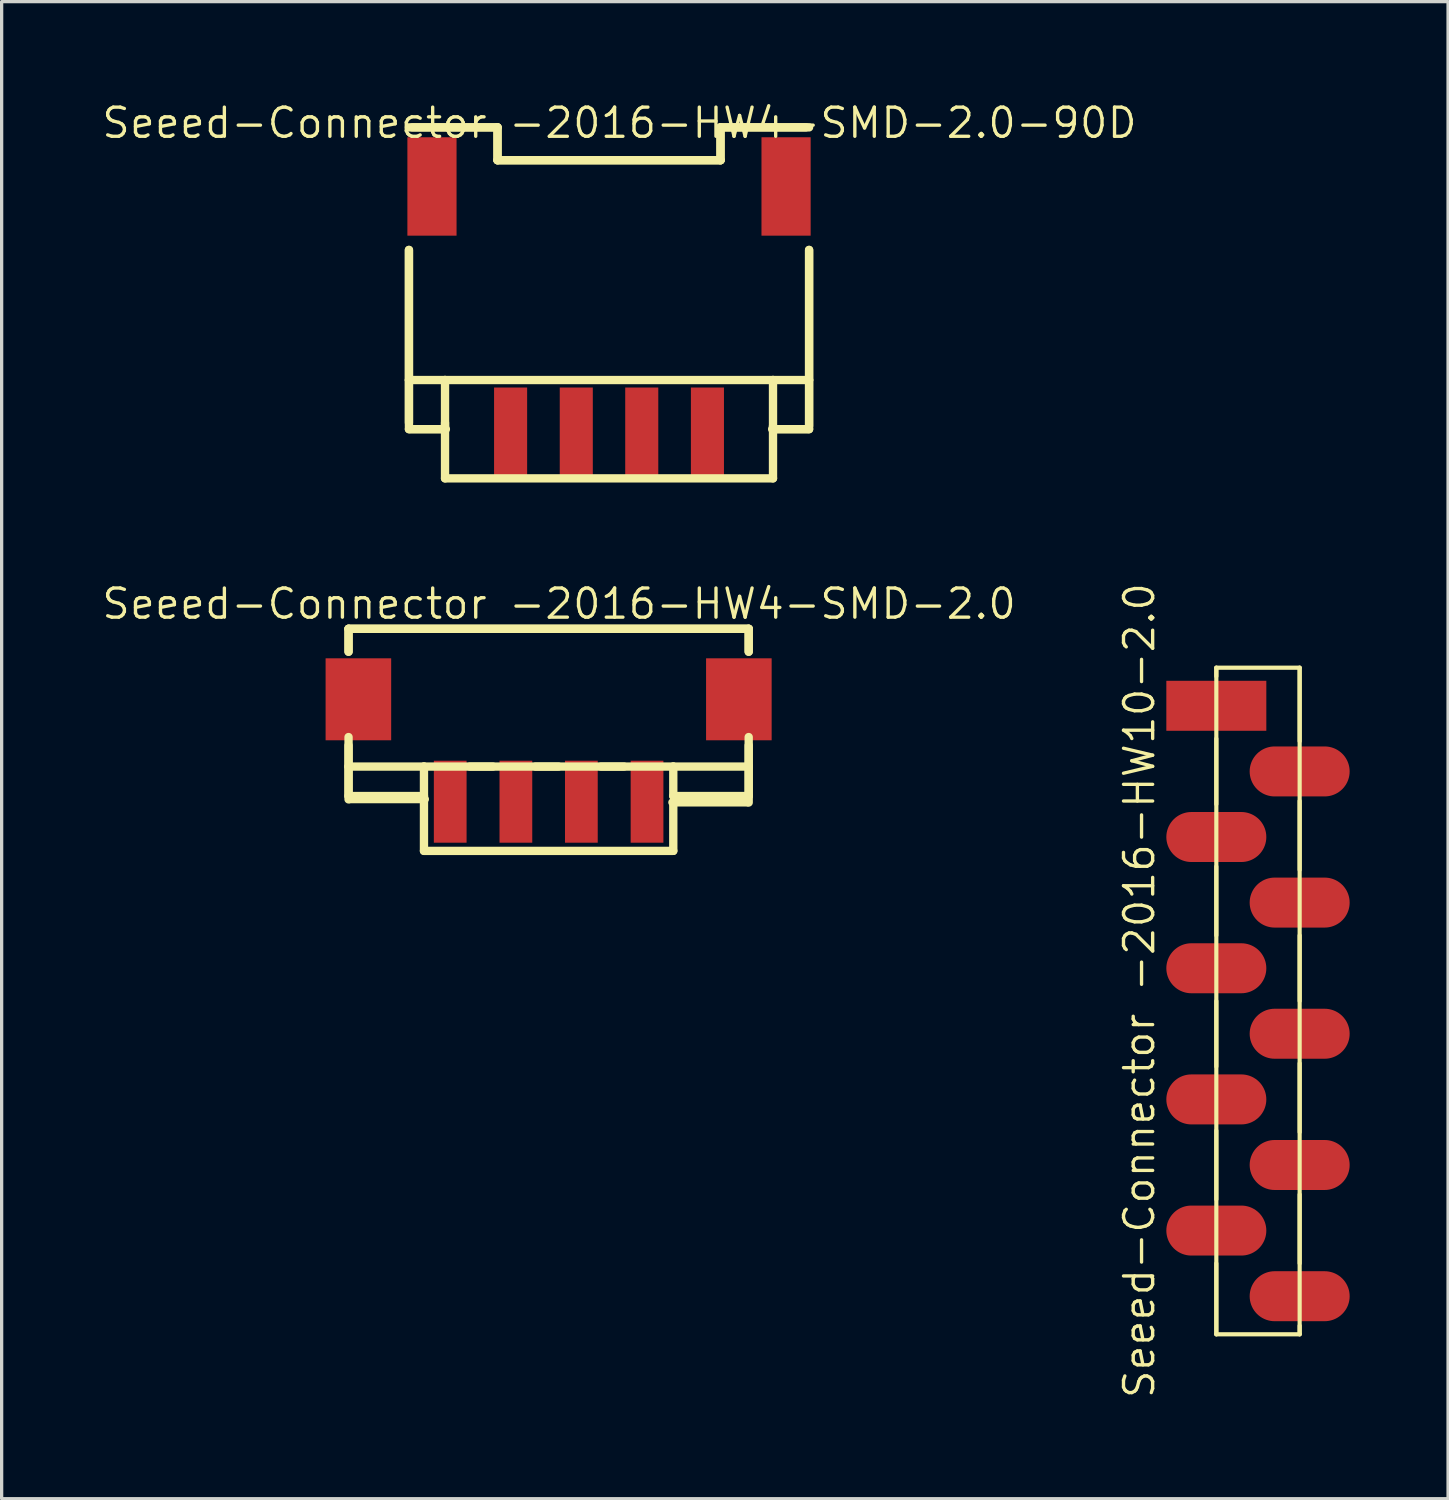
<source format=kicad_pcb>
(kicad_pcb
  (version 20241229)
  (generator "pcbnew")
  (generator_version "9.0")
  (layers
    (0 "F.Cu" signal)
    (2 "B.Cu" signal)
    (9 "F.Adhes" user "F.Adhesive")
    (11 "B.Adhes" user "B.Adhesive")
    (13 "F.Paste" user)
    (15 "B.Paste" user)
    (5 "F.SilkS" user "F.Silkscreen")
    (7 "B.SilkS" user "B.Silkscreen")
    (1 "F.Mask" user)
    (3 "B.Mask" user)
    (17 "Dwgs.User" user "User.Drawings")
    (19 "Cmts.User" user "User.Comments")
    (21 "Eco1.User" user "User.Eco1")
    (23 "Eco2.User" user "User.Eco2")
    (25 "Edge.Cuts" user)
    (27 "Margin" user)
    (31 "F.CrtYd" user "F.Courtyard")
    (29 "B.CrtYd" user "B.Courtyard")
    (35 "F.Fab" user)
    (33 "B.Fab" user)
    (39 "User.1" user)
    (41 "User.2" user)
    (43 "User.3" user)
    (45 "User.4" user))
  (footprint "Seeed-Connector -2016-HW4-SMD-2.0-90D"
    (layer "F.Cu")
    (at 15.515 10.033)
    (property "Reference" "Seeed-Connector -2016-HW4-SMD-2.0-90D" (at 0.318 -9.335 0) (layer "F.SilkS") (effects (font (size 0.889 0.889) (thickness 0.102))))
    (attr smd)
    (fp_line (start -6.099 -9.2) (end -3.399 -9.2) (stroke (width 0.254) (type solid)) (layer "F.SilkS"))
    (fp_line (start -6.099 -5.464) (end -6.099 -0.198) (stroke (width 0.254) (type solid)) (layer "F.SilkS"))
    (fp_line (start -6.099 -1.499) (end -6.099 -5.464) (stroke (width 0.254) (type solid)) (layer "F.SilkS"))
    (fp_line (start -6.099 -1.499) (end -6.099 0) (stroke (width 0.254) (type solid)) (layer "F.SilkS"))
    (fp_line (start -6.099 -1.499) (end -4.999 -1.499) (stroke (width 0.254) (type solid)) (layer "F.SilkS"))
    (fp_line (start -6.099 0) (end -4.999 0) (stroke (width 0.254) (type solid)) (layer "F.SilkS"))
    (fp_line (start -6.053 0) (end -4.973 0) (stroke (width 0.254) (type solid)) (layer "F.SilkS"))
    (fp_line (start -5.999 -9.2) (end -3.399 -9.2) (stroke (width 0.254) (type solid)) (layer "F.SilkS"))
    (fp_line (start -4.999 -1.499) (end 4.999 -1.499) (stroke (width 0.254) (type solid)) (layer "F.SilkS"))
    (fp_line (start -4.999 0) (end -4.999 -1.499) (stroke (width 0.254) (type solid)) (layer "F.SilkS"))
    (fp_line (start -4.999 1.499) (end -4.999 -0.198) (stroke (width 0.254) (type solid)) (layer "F.SilkS"))
    (fp_line (start -3.399 -9.2) (end -3.399 -8.199) (stroke (width 0.254) (type solid)) (layer "F.SilkS"))
    (fp_line (start -3.399 -9.2) (end -3.399 -8.199) (stroke (width 0.254) (type solid)) (layer "F.SilkS"))
    (fp_line (start -3.399 -8.199) (end 3.399 -8.199) (stroke (width 0.254) (type solid)) (layer "F.SilkS"))
    (fp_line (start -3.399 -8.199) (end 3.399 -8.199) (stroke (width 0.254) (type solid)) (layer "F.SilkS"))
    (fp_line (start 3.399 -9.2) (end 5.999 -9.2) (stroke (width 0.254) (type solid)) (layer "F.SilkS"))
    (fp_line (start 3.399 -9.2) (end 6.099 -9.2) (stroke (width 0.254) (type solid)) (layer "F.SilkS"))
    (fp_line (start 3.399 -8.199) (end 3.399 -9.2) (stroke (width 0.254) (type solid)) (layer "F.SilkS"))
    (fp_line (start 3.399 -8.199) (end 3.399 -9.2) (stroke (width 0.254) (type solid)) (layer "F.SilkS"))
    (fp_line (start 4.973 0) (end 6.053 0) (stroke (width 0.254) (type solid)) (layer "F.SilkS"))
    (fp_line (start 4.999 -1.499) (end 4.999 0) (stroke (width 0.254) (type solid)) (layer "F.SilkS"))
    (fp_line (start 4.999 -1.499) (end 6.099 -1.499) (stroke (width 0.254) (type solid)) (layer "F.SilkS"))
    (fp_line (start 4.999 -0.099) (end 4.999 1.499) (stroke (width 0.254) (type solid)) (layer "F.SilkS"))
    (fp_line (start 4.999 0) (end 6.099 0) (stroke (width 0.254) (type solid)) (layer "F.SilkS"))
    (fp_line (start 4.999 1.499) (end -4.999 1.499) (stroke (width 0.254) (type solid)) (layer "F.SilkS"))
    (fp_line (start 6.099 -5.464) (end 6.099 -0.099) (stroke (width 0.254) (type solid)) (layer "F.SilkS"))
    (fp_line (start 6.099 -1.499) (end 6.099 -5.464) (stroke (width 0.254) (type solid)) (layer "F.SilkS"))
    (fp_line (start 6.099 0) (end 6.099 -1.499) (stroke (width 0.254) (type solid)) (layer "F.SilkS"))
    (pad "1" smd rect (at -3 0.099 90) (size 2.738 1.008) (layers "F.Cu" "F.Mask" "F.Paste"))
    (pad "2" smd rect (at -0.998 0.099 90) (size 2.738 1.008) (layers "F.Cu" "F.Mask" "F.Paste"))
    (pad "3" smd rect (at 0.998 0.099 90) (size 2.738 1.008) (layers "F.Cu" "F.Mask" "F.Paste"))
    (pad "4" smd rect (at 3 0.099 90) (size 2.738 1.008) (layers "F.Cu" "F.Mask" "F.Paste"))
    (pad "SS1" smd rect (at -5.397 -7.399 90) (size 3 1.499) (layers "F.Cu" "F.Mask" "F.Paste"))
    (pad "SS2" smd rect (at 5.397 -7.399 90) (size 3 1.499) (layers "F.Cu" "F.Mask" "F.Paste")))
  (footprint "Seeed-Connector -2016-HW10-2.0"
    (layer "F.Cu")
    (at 35.298 27.464)
    (property "Reference" "Seeed-Connector -2016-HW10-2.0" (at -3.617 -0.318 90) (layer "F.SilkS") (effects (font (size 0.889 0.889) (thickness 0.102))))
    (attr smd)
    (fp_line (start -1.27 -10.16) (end 1.27 -10.16) (stroke (width 0.127) (type solid)) (layer "F.SilkS"))
    (fp_line (start -1.27 -9.898) (end -1.27 -10.16) (stroke (width 0.127) (type solid)) (layer "F.SilkS"))
    (fp_line (start -1.27 -5.999) (end -1.27 -7.998) (stroke (width 0.127) (type solid)) (layer "F.SilkS"))
    (fp_line (start -1.27 -1.999) (end -1.27 -4.1) (stroke (width 0.127) (type solid)) (layer "F.SilkS"))
    (fp_line (start -1.27 1.999) (end -1.27 0) (stroke (width 0.127) (type solid)) (layer "F.SilkS"))
    (fp_line (start -1.27 6.048) (end -1.27 3.95) (stroke (width 0.127) (type solid)) (layer "F.SilkS"))
    (fp_line (start -1.27 10.16) (end -1.27 -10.16) (stroke (width 0.127) (type solid)) (layer "F.SilkS"))
    (fp_line (start -1.27 10.16) (end -1.27 7.998) (stroke (width 0.127) (type solid)) (layer "F.SilkS"))
    (fp_line (start 1.27 -10.16) (end 1.27 10.16) (stroke (width 0.127) (type solid)) (layer "F.SilkS"))
    (fp_line (start 1.27 -7.92) (end 1.27 -10.16) (stroke (width 0.127) (type solid)) (layer "F.SilkS"))
    (fp_line (start 1.27 -3.998) (end 1.27 -6.099) (stroke (width 0.127) (type solid)) (layer "F.SilkS"))
    (fp_line (start 1.27 0) (end 1.27 -1.999) (stroke (width 0.127) (type solid)) (layer "F.SilkS"))
    (fp_line (start 1.27 3.998) (end 1.27 1.9) (stroke (width 0.127) (type solid)) (layer "F.SilkS"))
    (fp_line (start 1.27 7.998) (end 1.27 5.898) (stroke (width 0.127) (type solid)) (layer "F.SilkS"))
    (fp_line (start 1.27 10.16) (end -1.27 10.16) (stroke (width 0.127) (type solid)) (layer "F.SilkS"))
    (fp_line (start 1.27 10.16) (end 1.27 9.898) (stroke (width 0.127) (type solid)) (layer "F.SilkS"))
    (pad "1" smd rect (at -1.27 -8.999) (size 3.048 1.524) (layers "F.Cu" "F.Mask" "F.Paste"))
    (pad "2" smd oval (at 1.27 -6.998) (size 3.048 1.524) (layers "F.Cu" "F.Mask" "F.Paste"))
    (pad "3" smd oval (at -1.27 -4.999) (size 3.048 1.524) (layers "F.Cu" "F.Mask" "F.Paste"))
    (pad "4" smd oval (at 1.27 -3) (size 3.048 1.524) (layers "F.Cu" "F.Mask" "F.Paste"))
    (pad "5" smd oval (at -1.27 -0.998) (size 3.048 1.524) (layers "F.Cu" "F.Mask" "F.Paste"))
    (pad "6" smd oval (at 1.27 0.998) (size 3.048 1.524) (layers "F.Cu" "F.Mask" "F.Paste"))
    (pad "7" smd oval (at -1.27 3) (size 3.048 1.524) (layers "F.Cu" "F.Mask" "F.Paste"))
    (pad "8" smd oval (at 1.27 4.999) (size 3.048 1.524) (layers "F.Cu" "F.Mask" "F.Paste"))
    (pad "9" smd oval (at -1.27 6.998) (size 3.048 1.524) (layers "F.Cu" "F.Mask" "F.Paste"))
    (pad "10" smd oval (at 1.27 8.999) (size 3.048 1.524) (layers "F.Cu" "F.Mask" "F.Paste")))
  (footprint "Seeed-Connector -2016-HW4-SMD-2.0"
    (layer "F.Cu")
    (at 13.674 21.389)
    (property "Reference" "Seeed-Connector -2016-HW4-SMD-2.0" (at 0.318 -6.032 0) (layer "F.SilkS") (effects (font (size 0.889 0.889) (thickness 0.102))))
    (attr smd)
    (fp_line (start -6.099 -5.271) (end -6.099 -4.572) (stroke (width 0.254) (type solid)) (layer "F.SilkS"))
    (fp_line (start -6.099 -5.271) (end -6.099 -4.572) (stroke (width 0.254) (type solid)) (layer "F.SilkS"))
    (fp_line (start -6.099 -5.271) (end 6.099 -5.271) (stroke (width 0.254) (type solid)) (layer "F.SilkS"))
    (fp_line (start -6.099 -5.271) (end 6.099 -5.271) (stroke (width 0.254) (type solid)) (layer "F.SilkS"))
    (fp_line (start -6.099 -1.971) (end -6.099 -0.071) (stroke (width 0.254) (type solid)) (layer "F.SilkS"))
    (fp_line (start -6.099 -1.072) (end -6.099 -1.717) (stroke (width 0.254) (type solid)) (layer "F.SilkS"))
    (fp_line (start -6.099 -1.072) (end -6.099 -0.173) (stroke (width 0.254) (type solid)) (layer "F.SilkS"))
    (fp_line (start -6.099 -1.072) (end -3.8 -1.072) (stroke (width 0.254) (type solid)) (layer "F.SilkS"))
    (fp_line (start -6.099 -0.173) (end -3.8 -0.173) (stroke (width 0.254) (type solid)) (layer "F.SilkS"))
    (fp_line (start -6.053 -0.079) (end -3.774 -0.079) (stroke (width 0.254) (type solid)) (layer "F.SilkS"))
    (fp_line (start -3.8 -1.072) (end 3.8 -1.072) (stroke (width 0.254) (type solid)) (layer "F.SilkS"))
    (fp_line (start -3.8 -0.173) (end -3.8 -1.072) (stroke (width 0.254) (type solid)) (layer "F.SilkS"))
    (fp_line (start -3.8 1.499) (end -3.8 -0.071) (stroke (width 0.254) (type solid)) (layer "F.SilkS"))
    (fp_line (start -2.398 -1.072) (end -1.699 -1.072) (stroke (width 0.254) (type solid)) (layer "F.SilkS"))
    (fp_line (start -0.399 -1.072) (end 0.3 -1.072) (stroke (width 0.254) (type solid)) (layer "F.SilkS"))
    (fp_line (start 1.598 -1.072) (end 2.299 -1.072) (stroke (width 0.254) (type solid)) (layer "F.SilkS"))
    (fp_line (start 3.774 0.02) (end 6.053 0.02) (stroke (width 0.254) (type solid)) (layer "F.SilkS"))
    (fp_line (start 3.8 -1.072) (end 3.8 -0.173) (stroke (width 0.254) (type solid)) (layer "F.SilkS"))
    (fp_line (start 3.8 -1.072) (end 6.099 -1.072) (stroke (width 0.254) (type solid)) (layer "F.SilkS"))
    (fp_line (start 3.8 -0.173) (end 6.099 -0.173) (stroke (width 0.254) (type solid)) (layer "F.SilkS"))
    (fp_line (start 3.8 0.025) (end 3.8 1.499) (stroke (width 0.254) (type solid)) (layer "F.SilkS"))
    (fp_line (start 3.8 1.499) (end -3.8 1.499) (stroke (width 0.254) (type solid)) (layer "F.SilkS"))
    (fp_line (start 6.099 -5.271) (end 6.099 -4.572) (stroke (width 0.254) (type solid)) (layer "F.SilkS"))
    (fp_line (start 6.099 -5.271) (end 6.099 -4.572) (stroke (width 0.254) (type solid)) (layer "F.SilkS"))
    (fp_line (start 6.099 -1.971) (end 6.099 0.025) (stroke (width 0.254) (type solid)) (layer "F.SilkS"))
    (fp_line (start 6.099 -1.072) (end 6.099 -1.717) (stroke (width 0.254) (type solid)) (layer "F.SilkS"))
    (fp_line (start 6.099 -0.173) (end 6.099 -1.072) (stroke (width 0.254) (type solid)) (layer "F.SilkS"))
    (pad "1" smd rect (at -3 0 90) (size 2.499 0.998) (layers "F.Cu" "F.Mask" "F.Paste"))
    (pad "2" smd rect (at -0.998 0 90) (size 2.499 0.998) (layers "F.Cu" "F.Mask" "F.Paste"))
    (pad "3" smd rect (at 0.998 0 90) (size 2.499 0.998) (layers "F.Cu" "F.Mask" "F.Paste"))
    (pad "4" smd rect (at 3 0 90) (size 2.499 0.998) (layers "F.Cu" "F.Mask" "F.Paste"))
    (pad "SS1" smd rect (at -5.799 -3.122 90) (size 2.499 1.999) (layers "F.Cu" "F.Mask" "F.Paste"))
    (pad "SS2" smd rect (at 5.799 -3.122 90) (size 2.499 1.999) (layers "F.Cu" "F.Mask" "F.Paste")))
  (gr_rect
    (start -3 -3)
    (end 41.092 42.635)
    (stroke (width 0.1) (type default))
    (fill no)
    (layer "Edge.Cuts")))
</source>
